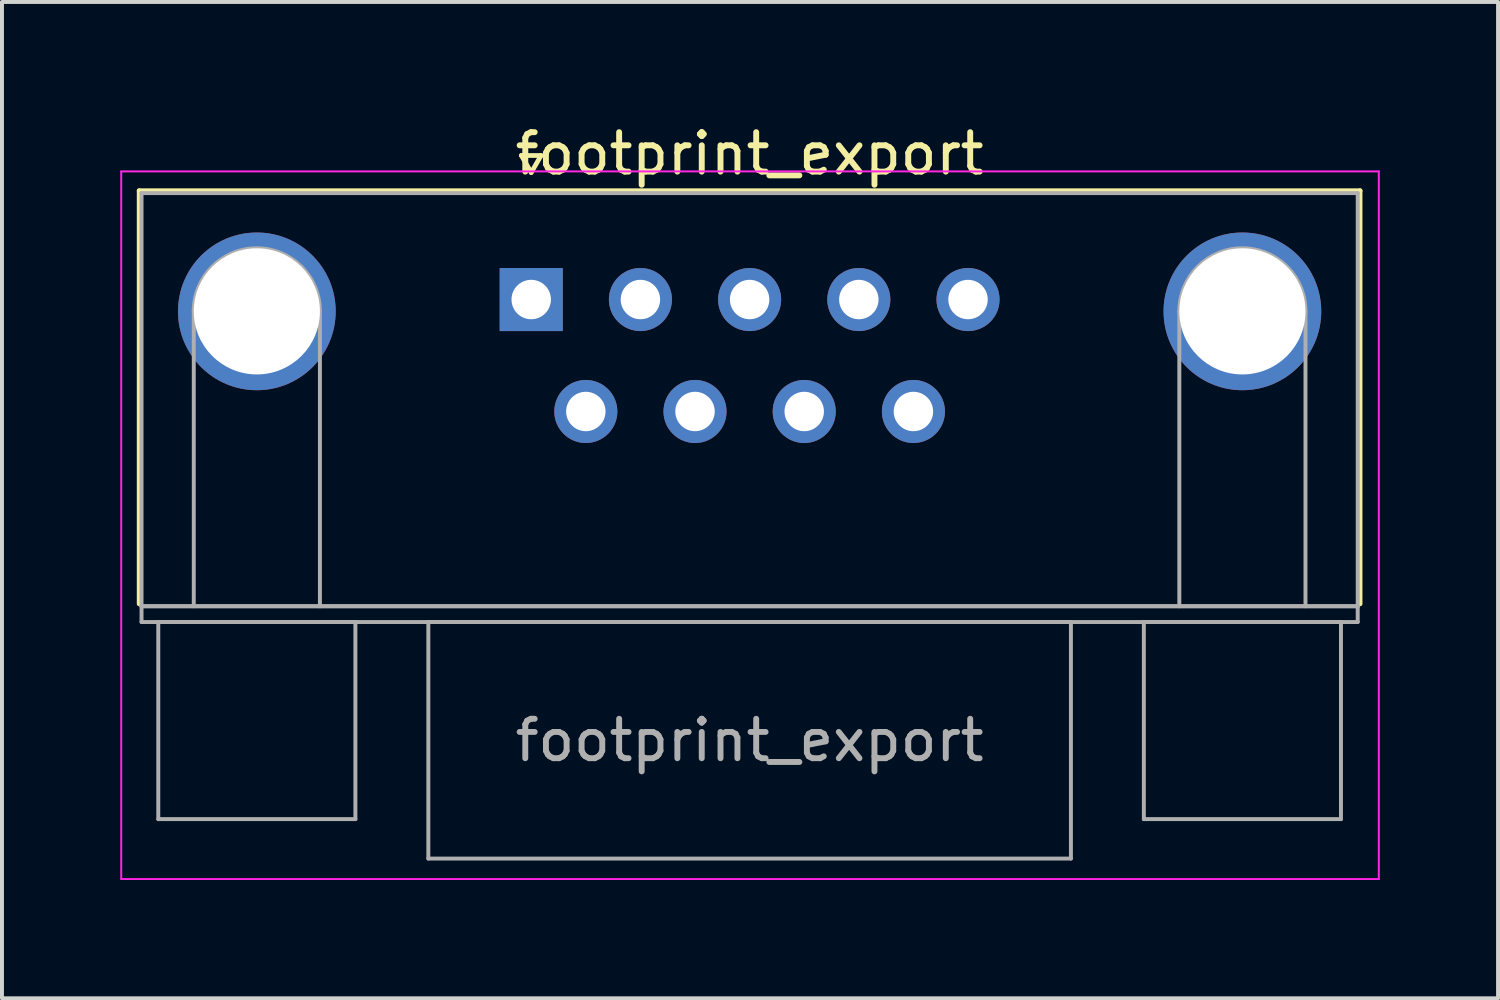
<source format=kicad_pcb>
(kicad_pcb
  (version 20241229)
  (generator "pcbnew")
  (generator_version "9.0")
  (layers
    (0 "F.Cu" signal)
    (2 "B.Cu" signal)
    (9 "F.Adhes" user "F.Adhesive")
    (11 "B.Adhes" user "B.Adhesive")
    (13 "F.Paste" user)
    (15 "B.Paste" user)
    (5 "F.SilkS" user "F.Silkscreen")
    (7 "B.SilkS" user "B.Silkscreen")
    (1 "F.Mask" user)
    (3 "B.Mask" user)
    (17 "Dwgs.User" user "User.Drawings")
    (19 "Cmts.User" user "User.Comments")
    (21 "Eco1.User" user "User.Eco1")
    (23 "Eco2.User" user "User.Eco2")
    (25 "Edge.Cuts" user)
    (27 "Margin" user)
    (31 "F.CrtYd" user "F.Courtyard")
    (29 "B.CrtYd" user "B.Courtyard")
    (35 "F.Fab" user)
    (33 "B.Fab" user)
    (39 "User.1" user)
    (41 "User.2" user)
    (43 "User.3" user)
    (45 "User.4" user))
  (footprint "footprint_export"
    (layer "F.Cu")
    (at 10.425 4.548)
    (property "Reference" "footprint_export" (at 5.54 -3.7 0) (layer "F.SilkS") (effects (font (size 1 1) (thickness 0.15))))
    (attr through_hole)
    (fp_line (start -9.945 -2.76) (end 21.025 -2.76) (stroke (width 0.12) (type solid)) (layer "F.SilkS"))
    (fp_line (start -9.945 7.72) (end -9.945 -2.76) (stroke (width 0.12) (type solid)) (layer "F.SilkS"))
    (fp_line (start -0.25 -3.654) (end 0.25 -3.654) (stroke (width 0.12) (type solid)) (layer "F.SilkS"))
    (fp_line (start 0 -3.221) (end -0.25 -3.654) (stroke (width 0.12) (type solid)) (layer "F.SilkS"))
    (fp_line (start 0.25 -3.654) (end 0 -3.221) (stroke (width 0.12) (type solid)) (layer "F.SilkS"))
    (fp_line (start 21.025 -2.76) (end 21.025 7.72) (stroke (width 0.12) (type solid)) (layer "F.SilkS"))
    (fp_line (start -10.4 -3.25) (end -10.4 14.7) (stroke (width 0.05) (type solid)) (layer "F.CrtYd"))
    (fp_line (start -10.4 14.7) (end 21.5 14.7) (stroke (width 0.05) (type solid)) (layer "F.CrtYd"))
    (fp_line (start 21.5 -3.25) (end -10.4 -3.25) (stroke (width 0.05) (type solid)) (layer "F.CrtYd"))
    (fp_line (start 21.5 14.7) (end 21.5 -3.25) (stroke (width 0.05) (type solid)) (layer "F.CrtYd"))
    (fp_line (start -9.885 -2.7) (end -9.885 7.78) (stroke (width 0.1) (type solid)) (layer "F.Fab"))
    (fp_line (start -9.885 7.78) (end -9.885 8.18) (stroke (width 0.1) (type solid)) (layer "F.Fab"))
    (fp_line (start -9.885 7.78) (end 20.965 7.78) (stroke (width 0.1) (type solid)) (layer "F.Fab"))
    (fp_line (start -9.885 8.18) (end 20.965 8.18) (stroke (width 0.1) (type solid)) (layer "F.Fab"))
    (fp_line (start -9.46 8.18) (end -9.46 13.18) (stroke (width 0.1) (type solid)) (layer "F.Fab"))
    (fp_line (start -9.46 13.18) (end -4.46 13.18) (stroke (width 0.1) (type solid)) (layer "F.Fab"))
    (fp_line (start -8.56 7.78) (end -8.56 0.3) (stroke (width 0.1) (type solid)) (layer "F.Fab"))
    (fp_line (start -5.36 7.78) (end -5.36 0.3) (stroke (width 0.1) (type solid)) (layer "F.Fab"))
    (fp_line (start -4.46 8.18) (end -9.46 8.18) (stroke (width 0.1) (type solid)) (layer "F.Fab"))
    (fp_line (start -4.46 13.18) (end -4.46 8.18) (stroke (width 0.1) (type solid)) (layer "F.Fab"))
    (fp_line (start -2.61 8.18) (end -2.61 14.18) (stroke (width 0.1) (type solid)) (layer "F.Fab"))
    (fp_line (start -2.61 14.18) (end 13.69 14.18) (stroke (width 0.1) (type solid)) (layer "F.Fab"))
    (fp_line (start 13.69 8.18) (end -2.61 8.18) (stroke (width 0.1) (type solid)) (layer "F.Fab"))
    (fp_line (start 13.69 14.18) (end 13.69 8.18) (stroke (width 0.1) (type solid)) (layer "F.Fab"))
    (fp_line (start 15.54 8.18) (end 15.54 13.18) (stroke (width 0.1) (type solid)) (layer "F.Fab"))
    (fp_line (start 15.54 13.18) (end 20.54 13.18) (stroke (width 0.1) (type solid)) (layer "F.Fab"))
    (fp_line (start 16.44 7.78) (end 16.44 0.3) (stroke (width 0.1) (type solid)) (layer "F.Fab"))
    (fp_line (start 19.64 7.78) (end 19.64 0.3) (stroke (width 0.1) (type solid)) (layer "F.Fab"))
    (fp_line (start 20.54 8.18) (end 15.54 8.18) (stroke (width 0.1) (type solid)) (layer "F.Fab"))
    (fp_line (start 20.54 13.18) (end 20.54 8.18) (stroke (width 0.1) (type solid)) (layer "F.Fab"))
    (fp_line (start 20.965 -2.7) (end -9.885 -2.7) (stroke (width 0.1) (type solid)) (layer "F.Fab"))
    (fp_line (start 20.965 7.78) (end -9.885 7.78) (stroke (width 0.1) (type solid)) (layer "F.Fab"))
    (fp_line (start 20.965 7.78) (end 20.965 -2.7) (stroke (width 0.1) (type solid)) (layer "F.Fab"))
    (fp_line (start 20.965 8.18) (end 20.965 7.78) (stroke (width 0.1) (type solid)) (layer "F.Fab"))
    (fp_arc (start -8.56 0.3) (mid -6.96 -1.3) (end -5.36 0.3) (stroke (width 0.1) (type solid)) (layer "F.Fab"))
    (fp_arc (start 16.44 0.3) (mid 18.04 -1.3) (end 19.64 0.3) (stroke (width 0.1) (type solid)) (layer "F.Fab"))
    (fp_text user "${REFERENCE}" (at 5.54 11.18 0) (layer "F.Fab") (effects (font (size 1 1) (thickness 0.15))))
    (pad "0" thru_hole circle (at -6.96 0.3) (size 4 4) (drill 3.2) (layers "*.Cu" "*.Mask"))
    (pad "0" thru_hole circle (at 18.04 0.3) (size 4 4) (drill 3.2) (layers "*.Cu" "*.Mask"))
    (pad "1" thru_hole rect (at 0 0) (size 1.6 1.6) (drill 1) (layers "*.Cu" "*.Mask"))
    (pad "2" thru_hole circle (at 2.77 0) (size 1.6 1.6) (drill 1) (layers "*.Cu" "*.Mask"))
    (pad "3" thru_hole circle (at 5.54 0) (size 1.6 1.6) (drill 1) (layers "*.Cu" "*.Mask"))
    (pad "4" thru_hole circle (at 8.31 0) (size 1.6 1.6) (drill 1) (layers "*.Cu" "*.Mask"))
    (pad "5" thru_hole circle (at 11.08 0) (size 1.6 1.6) (drill 1) (layers "*.Cu" "*.Mask"))
    (pad "6" thru_hole circle (at 1.385 2.84) (size 1.6 1.6) (drill 1) (layers "*.Cu" "*.Mask"))
    (pad "7" thru_hole circle (at 4.155 2.84) (size 1.6 1.6) (drill 1) (layers "*.Cu" "*.Mask"))
    (pad "8" thru_hole circle (at 6.925 2.84) (size 1.6 1.6) (drill 1) (layers "*.Cu" "*.Mask"))
    (pad "9" thru_hole circle (at 9.695 2.84) (size 1.6 1.6) (drill 1) (layers "*.Cu" "*.Mask")))
  (gr_rect
    (start -3 -3)
    (end 34.95 22.273)
    (stroke (width 0.1) (type default))
    (fill no)
    (layer "Edge.Cuts")))
</source>
